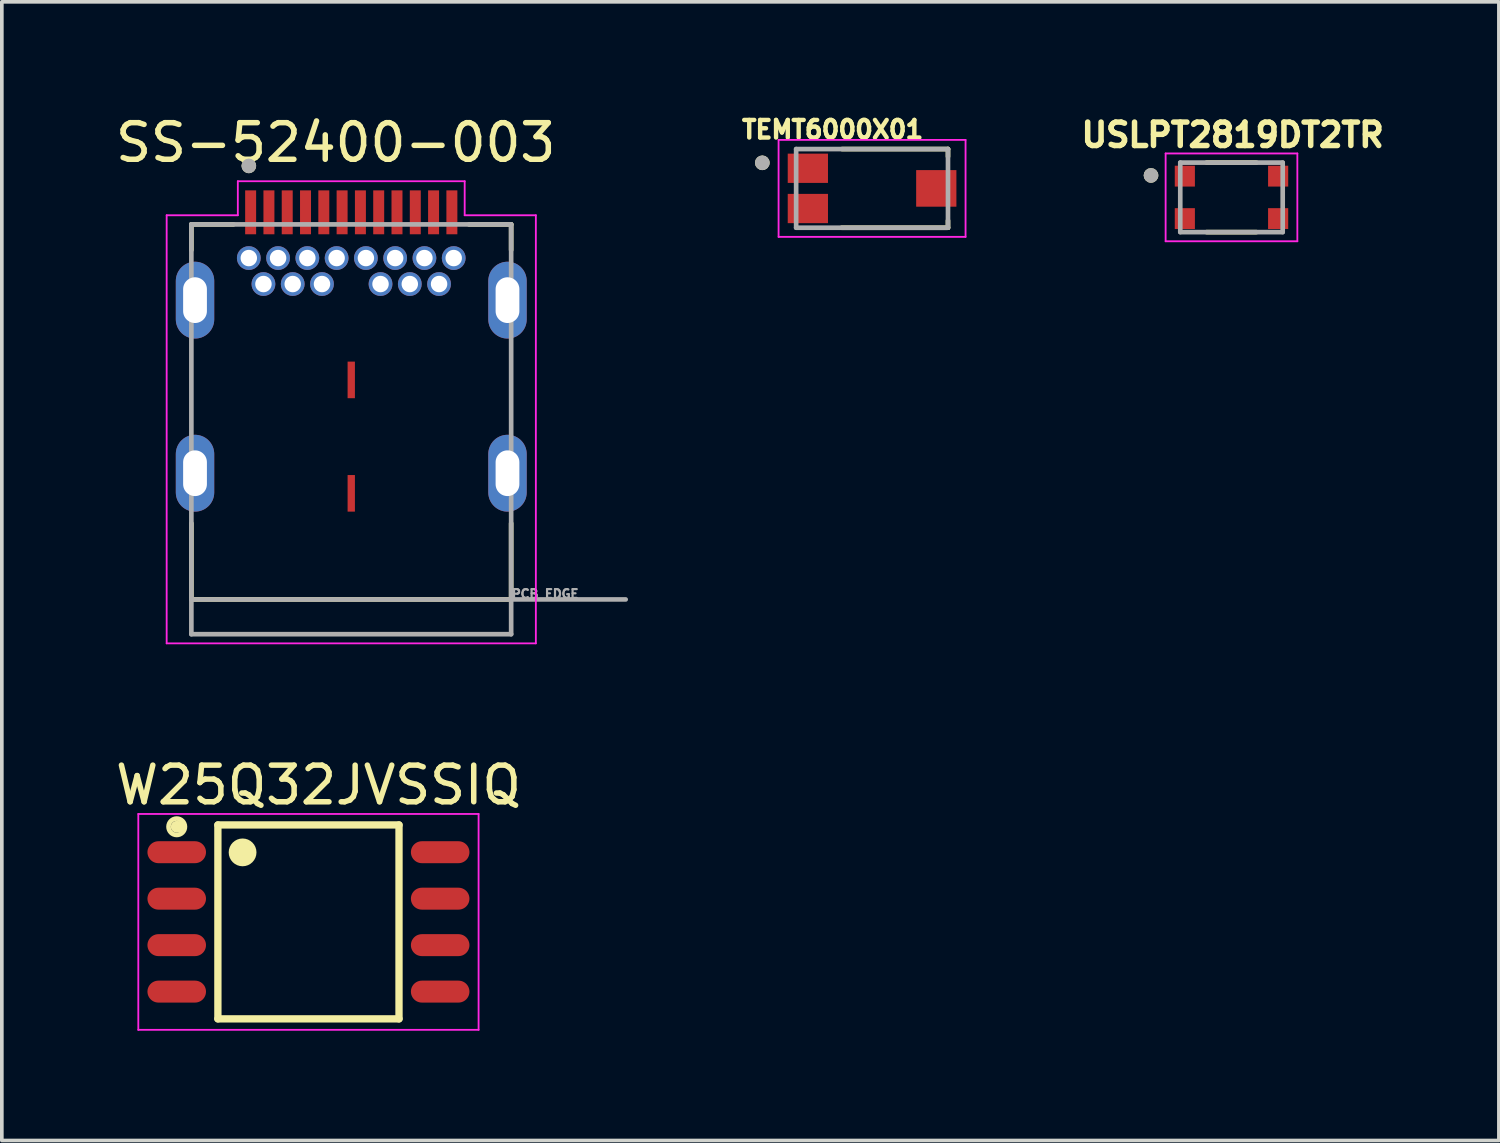
<source format=kicad_pcb>
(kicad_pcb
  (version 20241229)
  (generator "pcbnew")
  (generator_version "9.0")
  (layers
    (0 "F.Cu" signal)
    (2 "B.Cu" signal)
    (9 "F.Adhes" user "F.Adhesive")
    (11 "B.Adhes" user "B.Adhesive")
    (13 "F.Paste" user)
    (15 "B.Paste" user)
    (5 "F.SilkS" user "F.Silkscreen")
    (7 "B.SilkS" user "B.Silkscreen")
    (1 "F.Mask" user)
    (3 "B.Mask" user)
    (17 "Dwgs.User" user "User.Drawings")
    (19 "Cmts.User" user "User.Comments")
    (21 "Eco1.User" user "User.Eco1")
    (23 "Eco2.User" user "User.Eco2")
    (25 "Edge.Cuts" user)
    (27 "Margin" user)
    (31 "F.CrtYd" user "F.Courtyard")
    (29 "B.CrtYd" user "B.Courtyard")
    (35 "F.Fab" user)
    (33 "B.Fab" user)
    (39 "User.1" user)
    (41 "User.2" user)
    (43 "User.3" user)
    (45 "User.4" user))
  (footprint "TEMT6000X01"
    (layer "F.Cu")
    (at 20.784 2.099)
    (property "Reference" "TEMT6000X01" (at -1.078 -1.607 0) (layer "F.SilkS") (effects (font (size 0.481 0.481) (thickness 0.12))))
    (attr smd)
    (fp_line (start -0.82 -1.075) (end 2.075 -1.075) (stroke (width 0.127) (type solid)) (layer "F.SilkS"))
    (fp_line (start 2.075 -1.075) (end 2.075 -0.87) (stroke (width 0.127) (type solid)) (layer "F.SilkS"))
    (fp_line (start 2.075 0.88) (end 2.075 1.075) (stroke (width 0.127) (type solid)) (layer "F.SilkS"))
    (fp_line (start 2.075 1.075) (end -0.83 1.075) (stroke (width 0.127) (type solid)) (layer "F.SilkS"))
    (fp_circle (center -3 -0.7) (end -2.9 -0.7) (stroke (width 0.2) (type solid)) (fill no) (layer "F.SilkS"))
    (fp_line (start -2.555 -1.325) (end 2.555 -1.325) (stroke (width 0.05) (type solid)) (layer "F.CrtYd"))
    (fp_line (start -2.555 1.325) (end -2.555 -1.325) (stroke (width 0.05) (type solid)) (layer "F.CrtYd"))
    (fp_line (start 2.555 -1.325) (end 2.555 1.325) (stroke (width 0.05) (type solid)) (layer "F.CrtYd"))
    (fp_line (start 2.555 1.325) (end -2.555 1.325) (stroke (width 0.05) (type solid)) (layer "F.CrtYd"))
    (fp_line (start -2.075 -1.075) (end 2.075 -1.075) (stroke (width 0.127) (type solid)) (layer "F.Fab"))
    (fp_line (start -2.075 1.075) (end -2.075 -1.075) (stroke (width 0.127) (type solid)) (layer "F.Fab"))
    (fp_line (start 2.075 -1.075) (end 2.075 1.075) (stroke (width 0.127) (type solid)) (layer "F.Fab"))
    (fp_line (start 2.075 1.075) (end -2.075 1.075) (stroke (width 0.127) (type solid)) (layer "F.Fab"))
    (fp_circle (center -3 -0.7) (end -2.9 -0.7) (stroke (width 0.2) (type solid)) (fill no) (layer "F.Fab"))
    (pad "1" smd rect (at -1.755 -0.55) (size 1.1 0.8) (layers "F.Cu" "F.Mask" "F.Paste"))
    (pad "2" smd rect (at -1.755 0.55) (size 1.1 0.8) (layers "F.Cu" "F.Mask" "F.Paste"))
    (pad "3" smd rect (at 1.755 0) (size 1.1 1) (layers "F.Cu" "F.Mask" "F.Paste")))
  (footprint "W25Q32JVSSIQ"
    (layer "F.Cu")
    (at 5.38 22.146)
    (property "Reference" "W25Q32JVSSIQ" (at 0.275 -3.739 0) (layer "F.SilkS") (effects (font (size 1.001 1.001) (thickness 0.15))))
    (attr smd)
    (fp_line (start -2.475 -2.65) (end 2.475 -2.65) (stroke (width 0.2) (type solid)) (layer "F.SilkS"))
    (fp_line (start -2.475 2.65) (end -2.475 -2.65) (stroke (width 0.2) (type solid)) (layer "F.SilkS"))
    (fp_line (start 2.475 -2.65) (end 2.475 2.65) (stroke (width 0.2) (type solid)) (layer "F.SilkS"))
    (fp_line (start 2.475 2.65) (end -2.475 2.65) (stroke (width 0.2) (type solid)) (layer "F.SilkS"))
    (fp_circle (center -3.6 -2.6) (end -3.5 -2.6) (stroke (width 0.127) (type solid)) (fill no) (layer "F.SilkS"))
    (fp_circle (center -3.6 -2.6) (end -3.376 -2.6) (stroke (width 0.127) (type solid)) (fill no) (layer "F.SilkS"))
    (fp_circle (center -3.5 -2.6) (end -3.4 -2.6) (stroke (width 0.127) (type solid)) (fill no) (layer "F.SilkS"))
    (fp_circle (center -1.8 -1.9) (end -1.7 -1.9) (stroke (width 0.127) (type solid)) (fill no) (layer "F.SilkS"))
    (fp_circle (center -1.8 -1.9) (end -1.659 -1.9) (stroke (width 0.127) (type solid)) (fill no) (layer "F.SilkS"))
    (fp_circle (center -1.8 -1.9) (end -1.576 -1.9) (stroke (width 0.127) (type solid)) (fill no) (layer "F.SilkS"))
    (fp_circle (center -1.8 -1.9) (end -1.484 -1.9) (stroke (width 0.127) (type solid)) (fill no) (layer "F.SilkS"))
    (fp_circle (center -1.8 -1.8) (end -1.7 -1.8) (stroke (width 0.127) (type solid)) (fill no) (layer "F.SilkS"))
    (fp_line (start -4.65 -2.95) (end 4.65 -2.95) (stroke (width 0.05) (type solid)) (layer "F.CrtYd"))
    (fp_line (start -4.65 2.95) (end -4.65 -2.95) (stroke (width 0.05) (type solid)) (layer "F.CrtYd"))
    (fp_line (start 4.65 -2.95) (end 4.65 2.95) (stroke (width 0.05) (type solid)) (layer "F.CrtYd"))
    (fp_line (start 4.65 2.95) (end -4.65 2.95) (stroke (width 0.05) (type solid)) (layer "F.CrtYd"))
    (pad "1" smd oval (at -3.6 -1.905) (size 1.6 0.6) (layers "F.Cu" "F.Mask" "F.Paste"))
    (pad "2" smd oval (at -3.6 -0.635) (size 1.6 0.6) (layers "F.Cu" "F.Mask" "F.Paste"))
    (pad "3" smd oval (at -3.6 0.635) (size 1.6 0.6) (layers "F.Cu" "F.Mask" "F.Paste"))
    (pad "4" smd oval (at -3.6 1.905) (size 1.6 0.6) (layers "F.Cu" "F.Mask" "F.Paste"))
    (pad "5" smd oval (at 3.6 1.905) (size 1.6 0.6) (layers "F.Cu" "F.Mask" "F.Paste"))
    (pad "6" smd oval (at 3.6 0.635) (size 1.6 0.6) (layers "F.Cu" "F.Mask" "F.Paste"))
    (pad "7" smd oval (at 3.6 -0.635) (size 1.6 0.6) (layers "F.Cu" "F.Mask" "F.Paste"))
    (pad "8" smd oval (at 3.6 -1.905) (size 1.6 0.6) (layers "F.Cu" "F.Mask" "F.Paste")))
  (footprint "USLPT2819DT2TR"
    (layer "F.Cu")
    (at 30.607 2.344)
    (property "Reference" "USLPT2819DT2TR" (at 0.032 -1.706 0) (layer "F.SilkS") (effects (font (size 0.64 0.64) (thickness 0.15))))
    (attr smd)
    (fp_line (start -0.68 -0.95) (end 0.68 -0.95) (stroke (width 0.127) (type solid)) (layer "F.SilkS"))
    (fp_line (start -0.68 0.95) (end 0.68 0.95) (stroke (width 0.127) (type solid)) (layer "F.SilkS"))
    (fp_circle (center -2.2 -0.6) (end -2.1 -0.6) (stroke (width 0.2) (type solid)) (fill no) (layer "F.SilkS"))
    (fp_line (start -1.8 -1.2) (end 1.8 -1.2) (stroke (width 0.05) (type solid)) (layer "F.CrtYd"))
    (fp_line (start -1.8 1.2) (end -1.8 -1.2) (stroke (width 0.05) (type solid)) (layer "F.CrtYd"))
    (fp_line (start 1.8 -1.2) (end 1.8 1.2) (stroke (width 0.05) (type solid)) (layer "F.CrtYd"))
    (fp_line (start 1.8 1.2) (end -1.8 1.2) (stroke (width 0.05) (type solid)) (layer "F.CrtYd"))
    (fp_line (start -1.4 -0.95) (end 1.4 -0.95) (stroke (width 0.127) (type solid)) (layer "F.Fab"))
    (fp_line (start -1.4 0.95) (end -1.4 -0.95) (stroke (width 0.127) (type solid)) (layer "F.Fab"))
    (fp_line (start 1.4 -0.95) (end 1.4 0.95) (stroke (width 0.127) (type solid)) (layer "F.Fab"))
    (fp_line (start 1.4 0.95) (end -1.4 0.95) (stroke (width 0.127) (type solid)) (layer "F.Fab"))
    (fp_circle (center -2.2 -0.6) (end -2.1 -0.6) (stroke (width 0.2) (type solid)) (fill no) (layer "F.Fab"))
    (pad "1" smd rect (at -1.275 -0.58) (size 0.55 0.57) (layers "F.Cu" "F.Mask" "F.Paste"))
    (pad "2" smd rect (at 1.275 -0.58) (size 0.55 0.57) (layers "F.Cu" "F.Mask" "F.Paste"))
    (pad "3" smd rect (at -1.275 0.58) (size 0.55 0.57) (layers "F.Cu" "F.Mask" "F.Paste"))
    (pad "4" smd rect (at 1.275 0.58) (size 0.55 0.57) (layers "F.Cu" "F.Mask" "F.Paste"))
    (zone (net_name "") (layer "F.Cu") (hatch full 0.508) (connect_pads) (min_thickness 0.01) (filled_areas_thickness no) (keepout (tracks not_allowed) (vias not_allowed) (pads not_allowed) (copperpour not_allowed) (footprints allowed)) (placement (enabled no)) (fill) (polygon (pts (xy 29.707 1.344) (xy 31.507 1.344) (xy 31.507 3.344) (xy 29.707 3.344))))
    (zone (net_name "") (layers "F.Cu" "B.Cu") (hatch full 0.508) (connect_pads) (min_thickness 0.01) (filled_areas_thickness no) (keepout (tracks allowed) (vias not_allowed) (pads allowed) (copperpour allowed) (footprints allowed)) (placement (enabled no)) (fill) (polygon (pts (xy 29.707 1.344) (xy 31.507 1.344) (xy 31.507 3.344) (xy 29.707 3.344)))))
  (footprint "SS-52400-003"
    (layer "F.Cu")
    (at 6.55 9.883)
    (property "Reference" "SS-52400-003" (at -0.425 -9.035 0) (layer "F.SilkS") (effects (font (size 1 1) (thickness 0.15))))
    (attr through_hole)
    (fp_line (start -4.37 -6.8) (end -4.37 -6.1) (stroke (width 0.127) (type solid)) (layer "F.SilkS"))
    (fp_line (start -4.37 1.37) (end -4.37 3.45) (stroke (width 0.127) (type solid)) (layer "F.SilkS"))
    (fp_line (start -4.37 3.45) (end 4.37 3.45) (stroke (width 0.127) (type solid)) (layer "F.SilkS"))
    (fp_line (start -3.22 -6.8) (end -4.37 -6.8) (stroke (width 0.127) (type solid)) (layer "F.SilkS"))
    (fp_line (start 3.22 -6.8) (end 4.37 -6.8) (stroke (width 0.127) (type solid)) (layer "F.SilkS"))
    (fp_line (start 4.37 -6.8) (end 4.37 -6.1) (stroke (width 0.127) (type solid)) (layer "F.SilkS"))
    (fp_line (start 4.37 3.45) (end 4.37 1.37) (stroke (width 0.127) (type solid)) (layer "F.SilkS"))
    (fp_circle (center -2.8 -8.4) (end -2.7 -8.4) (stroke (width 0.2) (type solid)) (fill no) (layer "F.SilkS"))
    (fp_line (start -5.045 -7.05) (end -5.045 4.65) (stroke (width 0.05) (type solid)) (layer "F.CrtYd"))
    (fp_line (start -5.045 4.65) (end 5.045 4.65) (stroke (width 0.05) (type solid)) (layer "F.CrtYd"))
    (fp_line (start -3.1 -7.98) (end -3.1 -7.05) (stroke (width 0.05) (type solid)) (layer "F.CrtYd"))
    (fp_line (start -3.1 -7.05) (end -5.045 -7.05) (stroke (width 0.05) (type solid)) (layer "F.CrtYd"))
    (fp_line (start 3.1 -7.98) (end -3.1 -7.98) (stroke (width 0.05) (type solid)) (layer "F.CrtYd"))
    (fp_line (start 3.1 -7.05) (end 3.1 -7.98) (stroke (width 0.05) (type solid)) (layer "F.CrtYd"))
    (fp_line (start 5.045 -7.05) (end 3.1 -7.05) (stroke (width 0.05) (type solid)) (layer "F.CrtYd"))
    (fp_line (start 5.045 4.65) (end 5.045 -7.05) (stroke (width 0.05) (type solid)) (layer "F.CrtYd"))
    (fp_line (start -4.37 -6.8) (end 4.37 -6.8) (stroke (width 0.127) (type solid)) (layer "F.Fab"))
    (fp_line (start -4.37 3.45) (end -4.37 -6.8) (stroke (width 0.127) (type solid)) (layer "F.Fab"))
    (fp_line (start -4.37 3.45) (end 7.5 3.45) (stroke (width 0.127) (type solid)) (layer "F.Fab"))
    (fp_line (start -4.37 4.4) (end -4.37 3.45) (stroke (width 0.127) (type solid)) (layer "F.Fab"))
    (fp_line (start 4.37 -6.8) (end 4.37 4.4) (stroke (width 0.127) (type solid)) (layer "F.Fab"))
    (fp_line (start 4.37 4.4) (end -4.37 4.4) (stroke (width 0.127) (type solid)) (layer "F.Fab"))
    (fp_circle (center -2.8 -8.4) (end -2.7 -8.4) (stroke (width 0.2) (type solid)) (fill no) (layer "F.Fab"))
    (fp_text user "PCB EDGE" (at 5.3 3.3 0) (layer "F.Fab") (effects (font (size 0.24 0.24) (thickness 0.15))))
    (pad "A1" smd rect (at -2.75 -7.13) (size 0.3 1.2) (layers "F.Cu" "F.Mask" "F.Paste"))
    (pad "A2" smd rect (at -2.25 -7.13) (size 0.3 1.2) (layers "F.Cu" "F.Mask" "F.Paste"))
    (pad "A3" smd rect (at -1.75 -7.13) (size 0.3 1.2) (layers "F.Cu" "F.Mask" "F.Paste"))
    (pad "A4" smd rect (at -1.25 -7.13) (size 0.3 1.2) (layers "F.Cu" "F.Mask" "F.Paste"))
    (pad "A5" smd rect (at -0.75 -7.13) (size 0.3 1.2) (layers "F.Cu" "F.Mask" "F.Paste"))
    (pad "A6" smd rect (at -0.25 -7.13) (size 0.3 1.2) (layers "F.Cu" "F.Mask" "F.Paste"))
    (pad "A7" smd rect (at 0.25 -7.13) (size 0.3 1.2) (layers "F.Cu" "F.Mask" "F.Paste"))
    (pad "A8" smd rect (at 0.75 -7.13) (size 0.3 1.2) (layers "F.Cu" "F.Mask" "F.Paste"))
    (pad "A9" smd rect (at 1.25 -7.13) (size 0.3 1.2) (layers "F.Cu" "F.Mask" "F.Paste"))
    (pad "A10" smd rect (at 1.75 -7.13) (size 0.3 1.2) (layers "F.Cu" "F.Mask" "F.Paste"))
    (pad "A11" smd rect (at 2.25 -7.13) (size 0.3 1.2) (layers "F.Cu" "F.Mask" "F.Paste"))
    (pad "A12" smd rect (at 2.75 -7.13) (size 0.3 1.2) (layers "F.Cu" "F.Mask" "F.Paste"))
    (pad "B1" thru_hole circle (at 2.8 -5.88) (size 0.65 0.65) (drill 0.45) (layers "*.Cu" "*.Mask"))
    (pad "B2" thru_hole circle (at 2.4 -5.17) (size 0.65 0.65) (drill 0.45) (layers "*.Cu" "*.Mask"))
    (pad "B3" thru_hole circle (at 1.6 -5.17) (size 0.65 0.65) (drill 0.45) (layers "*.Cu" "*.Mask"))
    (pad "B4" thru_hole circle (at 1.2 -5.88) (size 0.65 0.65) (drill 0.45) (layers "*.Cu" "*.Mask"))
    (pad "B5" thru_hole circle (at 0.8 -5.17) (size 0.65 0.65) (drill 0.45) (layers "*.Cu" "*.Mask"))
    (pad "B6" thru_hole circle (at 0.4 -5.88) (size 0.65 0.65) (drill 0.45) (layers "*.Cu" "*.Mask"))
    (pad "B7" thru_hole circle (at -0.4 -5.88) (size 0.65 0.65) (drill 0.45) (layers "*.Cu" "*.Mask"))
    (pad "B8" thru_hole circle (at -0.8 -5.17) (size 0.65 0.65) (drill 0.45) (layers "*.Cu" "*.Mask"))
    (pad "B9" thru_hole circle (at -1.2 -5.88) (size 0.65 0.65) (drill 0.45) (layers "*.Cu" "*.Mask"))
    (pad "B10" thru_hole circle (at -1.6 -5.17) (size 0.65 0.65) (drill 0.45) (layers "*.Cu" "*.Mask"))
    (pad "B11" thru_hole circle (at -2.4 -5.17) (size 0.65 0.65) (drill 0.45) (layers "*.Cu" "*.Mask"))
    (pad "B12" thru_hole circle (at -2.8 -5.88) (size 0.65 0.65) (drill 0.45) (layers "*.Cu" "*.Mask"))
    (pad "G1" thru_hole circle (at 2 -5.88) (size 0.65 0.65) (drill 0.45) (layers "*.Cu" "*.Mask"))
    (pad "G2" thru_hole circle (at -2 -5.88) (size 0.65 0.65) (drill 0.45) (layers "*.Cu" "*.Mask"))
    (pad "G3" smd rect (at 0 -2.55) (size 0.2 1) (layers "F.Cu" "F.Mask" "F.Paste"))
    (pad "G4" smd rect (at 0 0.55) (size 0.2 1) (layers "F.Cu" "F.Mask" "F.Paste"))
    (pad "S1" thru_hole oval (at -4.27 -4.73) (size 1.05 2.1) (drill oval 0.65 1.25) (layers "*.Cu" "*.Mask"))
    (pad "S2" thru_hole oval (at 4.27 -4.73) (size 1.05 2.1) (drill oval 0.65 1.25) (layers "*.Cu" "*.Mask"))
    (pad "S3" thru_hole oval (at -4.27 0) (size 1.05 2.1) (drill oval 0.65 1.25) (layers "*.Cu" "*.Mask"))
    (pad "S4" thru_hole oval (at 4.27 0) (size 1.05 2.1) (drill oval 0.65 1.25) (layers "*.Cu" "*.Mask")))
  (gr_rect
    (start -3 -3)
    (end 37.915 28.121)
    (stroke (width 0.1) (type default))
    (fill no)
    (layer "Edge.Cuts")))
</source>
